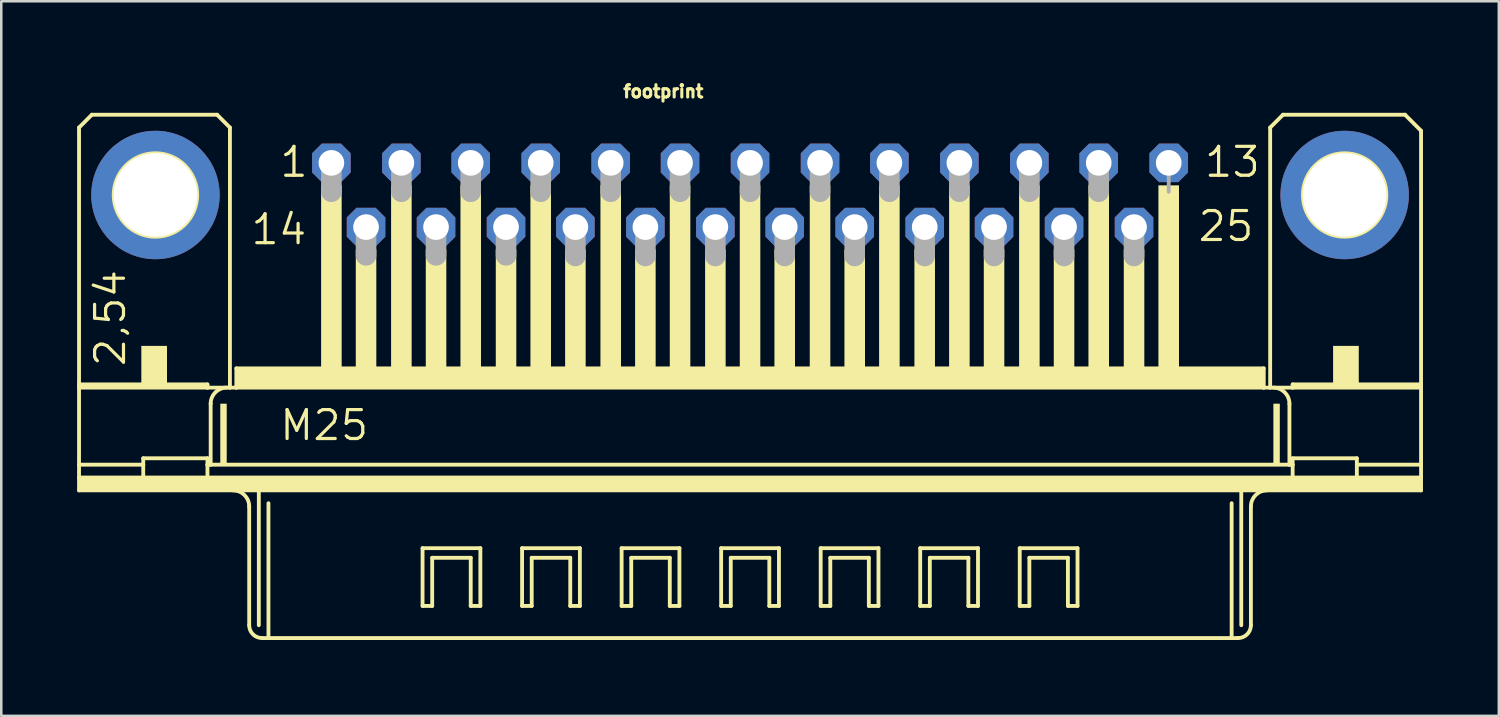
<source format=kicad_pcb>
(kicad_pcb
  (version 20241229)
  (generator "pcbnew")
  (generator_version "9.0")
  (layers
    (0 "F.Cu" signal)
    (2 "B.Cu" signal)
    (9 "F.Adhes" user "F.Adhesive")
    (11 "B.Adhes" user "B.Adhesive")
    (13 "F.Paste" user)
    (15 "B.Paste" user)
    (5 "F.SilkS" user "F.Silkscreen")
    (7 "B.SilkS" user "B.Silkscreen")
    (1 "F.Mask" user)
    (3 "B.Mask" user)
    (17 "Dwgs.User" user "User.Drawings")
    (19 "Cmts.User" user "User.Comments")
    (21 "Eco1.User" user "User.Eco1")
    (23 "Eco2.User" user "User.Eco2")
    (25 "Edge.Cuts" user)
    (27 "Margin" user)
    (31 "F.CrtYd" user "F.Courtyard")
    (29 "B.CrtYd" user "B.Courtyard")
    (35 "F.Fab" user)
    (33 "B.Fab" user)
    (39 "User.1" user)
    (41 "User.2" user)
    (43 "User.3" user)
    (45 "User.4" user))
  (footprint "footprint"
    (layer "F.Cu")
    (at 26.619 4.663)
    (property "Reference" "footprint" (at -5.08 -3.81 0) (layer "F.SilkS") (effects (font (size 0.488 0.488) (thickness 0.122)) (justify left bottom)))
    (fp_line (start -26.543 -2.667) (end -26.543 7.493) (stroke (width 0.152) (type solid)) (layer "F.SilkS"))
    (fp_line (start -26.543 7.62) (end -26.543 7.493) (stroke (width 0.152) (type solid)) (layer "F.SilkS"))
    (fp_line (start -26.543 10.668) (end -26.543 7.62) (stroke (width 0.152) (type solid)) (layer "F.SilkS"))
    (fp_line (start -26.543 11.176) (end -26.543 10.668) (stroke (width 0.152) (type solid)) (layer "F.SilkS"))
    (fp_line (start -26.543 11.684) (end -26.543 11.176) (stroke (width 0.152) (type solid)) (layer "F.SilkS"))
    (fp_line (start -26.035 -3.175) (end -26.543 -2.667) (stroke (width 0.152) (type solid)) (layer "F.SilkS"))
    (fp_line (start -24.003 10.668) (end -26.543 10.668) (stroke (width 0.152) (type solid)) (layer "F.SilkS"))
    (fp_line (start -24.003 10.668) (end -24.003 10.414) (stroke (width 0.152) (type solid)) (layer "F.SilkS"))
    (fp_line (start -24.003 10.668) (end -24.003 11.176) (stroke (width 0.152) (type solid)) (layer "F.SilkS"))
    (fp_line (start -24.003 11.176) (end -26.543 11.176) (stroke (width 0.152) (type solid)) (layer "F.SilkS"))
    (fp_line (start -21.463 7.493) (end -26.543 7.493) (stroke (width 0.152) (type solid)) (layer "F.SilkS"))
    (fp_line (start -21.463 7.493) (end -21.463 7.62) (stroke (width 0.152) (type solid)) (layer "F.SilkS"))
    (fp_line (start -21.463 7.62) (end -26.543 7.62) (stroke (width 0.152) (type solid)) (layer "F.SilkS"))
    (fp_line (start -21.463 10.414) (end -24.003 10.414) (stroke (width 0.152) (type solid)) (layer "F.SilkS"))
    (fp_line (start -21.463 10.414) (end -21.463 10.668) (stroke (width 0.152) (type solid)) (layer "F.SilkS"))
    (fp_line (start -21.463 10.668) (end -21.463 11.176) (stroke (width 0.152) (type solid)) (layer "F.SilkS"))
    (fp_line (start -21.463 11.176) (end -24.003 11.176) (stroke (width 0.152) (type solid)) (layer "F.SilkS"))
    (fp_line (start -21.336 8.255) (end -21.336 10.668) (stroke (width 0.152) (type solid)) (layer "F.SilkS"))
    (fp_line (start -21.336 10.668) (end -21.463 10.668) (stroke (width 0.152) (type solid)) (layer "F.SilkS"))
    (fp_line (start -21.082 -3.175) (end -26.035 -3.175) (stroke (width 0.152) (type solid)) (layer "F.SilkS"))
    (fp_line (start -20.574 -2.667) (end -21.082 -3.175) (stroke (width 0.152) (type solid)) (layer "F.SilkS"))
    (fp_line (start -20.574 -2.667) (end -20.574 7.62) (stroke (width 0.152) (type solid)) (layer "F.SilkS"))
    (fp_line (start -20.574 7.62) (end -21.463 7.62) (stroke (width 0.152) (type solid)) (layer "F.SilkS"))
    (fp_line (start -20.32 7.62) (end -20.574 7.62) (stroke (width 0.152) (type solid)) (layer "F.SilkS"))
    (fp_line (start -20.32 7.62) (end -20.32 6.858) (stroke (width 0.152) (type solid)) (layer "F.SilkS"))
    (fp_line (start -19.812 12.319) (end -19.812 17.018) (stroke (width 0.152) (type solid)) (layer "F.SilkS"))
    (fp_line (start -19.431 11.684) (end -26.543 11.684) (stroke (width 0.152) (type solid)) (layer "F.SilkS"))
    (fp_line (start -19.431 11.684) (end -19.431 17.018) (stroke (width 0.152) (type solid)) (layer "F.SilkS"))
    (fp_line (start -19.05 12.192) (end -19.05 17.526) (stroke (width 0.152) (type solid)) (layer "F.SilkS"))
    (fp_line (start -19.05 17.526) (end -19.304 17.526) (stroke (width 0.152) (type solid)) (layer "F.SilkS"))
    (fp_line (start -12.954 13.97) (end -10.668 13.97) (stroke (width 0.152) (type solid)) (layer "F.SilkS"))
    (fp_line (start -12.954 16.256) (end -12.954 13.97) (stroke (width 0.152) (type solid)) (layer "F.SilkS"))
    (fp_line (start -12.573 14.351) (end -12.573 16.256) (stroke (width 0.152) (type solid)) (layer "F.SilkS"))
    (fp_line (start -12.573 16.256) (end -12.954 16.256) (stroke (width 0.152) (type solid)) (layer "F.SilkS"))
    (fp_line (start -11.049 14.351) (end -12.573 14.351) (stroke (width 0.152) (type solid)) (layer "F.SilkS"))
    (fp_line (start -11.049 16.256) (end -11.049 14.351) (stroke (width 0.152) (type solid)) (layer "F.SilkS"))
    (fp_line (start -10.668 13.97) (end -10.668 16.256) (stroke (width 0.152) (type solid)) (layer "F.SilkS"))
    (fp_line (start -10.668 16.256) (end -11.049 16.256) (stroke (width 0.152) (type solid)) (layer "F.SilkS"))
    (fp_line (start -9.017 13.97) (end -6.731 13.97) (stroke (width 0.152) (type solid)) (layer "F.SilkS"))
    (fp_line (start -9.017 16.256) (end -9.017 13.97) (stroke (width 0.152) (type solid)) (layer "F.SilkS"))
    (fp_line (start -8.636 14.351) (end -8.636 16.256) (stroke (width 0.152) (type solid)) (layer "F.SilkS"))
    (fp_line (start -8.636 16.256) (end -9.017 16.256) (stroke (width 0.152) (type solid)) (layer "F.SilkS"))
    (fp_line (start -7.112 14.351) (end -8.636 14.351) (stroke (width 0.152) (type solid)) (layer "F.SilkS"))
    (fp_line (start -7.112 16.256) (end -7.112 14.351) (stroke (width 0.152) (type solid)) (layer "F.SilkS"))
    (fp_line (start -6.731 13.97) (end -6.731 16.256) (stroke (width 0.152) (type solid)) (layer "F.SilkS"))
    (fp_line (start -6.731 16.256) (end -7.112 16.256) (stroke (width 0.152) (type solid)) (layer "F.SilkS"))
    (fp_line (start -5.08 13.97) (end -2.794 13.97) (stroke (width 0.152) (type solid)) (layer "F.SilkS"))
    (fp_line (start -5.08 16.256) (end -5.08 13.97) (stroke (width 0.152) (type solid)) (layer "F.SilkS"))
    (fp_line (start -4.699 14.351) (end -4.699 16.256) (stroke (width 0.152) (type solid)) (layer "F.SilkS"))
    (fp_line (start -4.699 16.256) (end -5.08 16.256) (stroke (width 0.152) (type solid)) (layer "F.SilkS"))
    (fp_line (start -3.175 14.351) (end -4.699 14.351) (stroke (width 0.152) (type solid)) (layer "F.SilkS"))
    (fp_line (start -3.175 16.256) (end -3.175 14.351) (stroke (width 0.152) (type solid)) (layer "F.SilkS"))
    (fp_line (start -2.794 13.97) (end -2.794 16.256) (stroke (width 0.152) (type solid)) (layer "F.SilkS"))
    (fp_line (start -2.794 16.256) (end -3.175 16.256) (stroke (width 0.152) (type solid)) (layer "F.SilkS"))
    (fp_line (start -1.143 13.97) (end 1.143 13.97) (stroke (width 0.152) (type solid)) (layer "F.SilkS"))
    (fp_line (start -1.143 16.256) (end -1.143 13.97) (stroke (width 0.152) (type solid)) (layer "F.SilkS"))
    (fp_line (start -0.762 14.351) (end -0.762 16.256) (stroke (width 0.152) (type solid)) (layer "F.SilkS"))
    (fp_line (start -0.762 16.256) (end -1.143 16.256) (stroke (width 0.152) (type solid)) (layer "F.SilkS"))
    (fp_line (start 0.762 14.351) (end -0.762 14.351) (stroke (width 0.152) (type solid)) (layer "F.SilkS"))
    (fp_line (start 0.762 16.256) (end 0.762 14.351) (stroke (width 0.152) (type solid)) (layer "F.SilkS"))
    (fp_line (start 1.143 13.97) (end 1.143 16.256) (stroke (width 0.152) (type solid)) (layer "F.SilkS"))
    (fp_line (start 1.143 16.256) (end 0.762 16.256) (stroke (width 0.152) (type solid)) (layer "F.SilkS"))
    (fp_line (start 2.794 13.97) (end 5.08 13.97) (stroke (width 0.152) (type solid)) (layer "F.SilkS"))
    (fp_line (start 2.794 16.256) (end 2.794 13.97) (stroke (width 0.152) (type solid)) (layer "F.SilkS"))
    (fp_line (start 3.175 14.351) (end 3.175 16.256) (stroke (width 0.152) (type solid)) (layer "F.SilkS"))
    (fp_line (start 3.175 16.256) (end 2.794 16.256) (stroke (width 0.152) (type solid)) (layer "F.SilkS"))
    (fp_line (start 4.699 14.351) (end 3.175 14.351) (stroke (width 0.152) (type solid)) (layer "F.SilkS"))
    (fp_line (start 4.699 16.256) (end 4.699 14.351) (stroke (width 0.152) (type solid)) (layer "F.SilkS"))
    (fp_line (start 5.08 13.97) (end 5.08 16.256) (stroke (width 0.152) (type solid)) (layer "F.SilkS"))
    (fp_line (start 5.08 16.256) (end 4.699 16.256) (stroke (width 0.152) (type solid)) (layer "F.SilkS"))
    (fp_line (start 6.731 13.97) (end 9.017 13.97) (stroke (width 0.152) (type solid)) (layer "F.SilkS"))
    (fp_line (start 6.731 16.256) (end 6.731 13.97) (stroke (width 0.152) (type solid)) (layer "F.SilkS"))
    (fp_line (start 7.112 14.351) (end 7.112 16.256) (stroke (width 0.152) (type solid)) (layer "F.SilkS"))
    (fp_line (start 7.112 16.256) (end 6.731 16.256) (stroke (width 0.152) (type solid)) (layer "F.SilkS"))
    (fp_line (start 8.636 14.351) (end 7.112 14.351) (stroke (width 0.152) (type solid)) (layer "F.SilkS"))
    (fp_line (start 8.636 16.256) (end 8.636 14.351) (stroke (width 0.152) (type solid)) (layer "F.SilkS"))
    (fp_line (start 9.017 13.97) (end 9.017 16.256) (stroke (width 0.152) (type solid)) (layer "F.SilkS"))
    (fp_line (start 9.017 16.256) (end 8.636 16.256) (stroke (width 0.152) (type solid)) (layer "F.SilkS"))
    (fp_line (start 10.668 13.97) (end 12.954 13.97) (stroke (width 0.152) (type solid)) (layer "F.SilkS"))
    (fp_line (start 10.668 16.256) (end 10.668 13.97) (stroke (width 0.152) (type solid)) (layer "F.SilkS"))
    (fp_line (start 11.049 14.351) (end 11.049 16.256) (stroke (width 0.152) (type solid)) (layer "F.SilkS"))
    (fp_line (start 11.049 16.256) (end 10.668 16.256) (stroke (width 0.152) (type solid)) (layer "F.SilkS"))
    (fp_line (start 12.573 14.351) (end 11.049 14.351) (stroke (width 0.152) (type solid)) (layer "F.SilkS"))
    (fp_line (start 12.573 16.256) (end 12.573 14.351) (stroke (width 0.152) (type solid)) (layer "F.SilkS"))
    (fp_line (start 12.954 13.97) (end 12.954 16.256) (stroke (width 0.152) (type solid)) (layer "F.SilkS"))
    (fp_line (start 12.954 16.256) (end 12.573 16.256) (stroke (width 0.152) (type solid)) (layer "F.SilkS"))
    (fp_line (start 19.05 12.192) (end 19.05 17.526) (stroke (width 0.152) (type solid)) (layer "F.SilkS"))
    (fp_line (start 19.05 17.526) (end -19.05 17.526) (stroke (width 0.152) (type solid)) (layer "F.SilkS"))
    (fp_line (start 19.304 17.526) (end 19.05 17.526) (stroke (width 0.152) (type solid)) (layer "F.SilkS"))
    (fp_line (start 19.431 11.684) (end -19.431 11.684) (stroke (width 0.152) (type solid)) (layer "F.SilkS"))
    (fp_line (start 19.431 11.684) (end 19.431 17.018) (stroke (width 0.152) (type solid)) (layer "F.SilkS"))
    (fp_line (start 19.812 12.319) (end 19.812 17.018) (stroke (width 0.152) (type solid)) (layer "F.SilkS"))
    (fp_line (start 20.32 6.858) (end -20.32 6.858) (stroke (width 0.152) (type solid)) (layer "F.SilkS"))
    (fp_line (start 20.32 7.62) (end -20.32 7.62) (stroke (width 0.152) (type solid)) (layer "F.SilkS"))
    (fp_line (start 20.32 7.62) (end 20.32 6.858) (stroke (width 0.152) (type solid)) (layer "F.SilkS"))
    (fp_line (start 20.574 -2.667) (end 20.574 7.62) (stroke (width 0.152) (type solid)) (layer "F.SilkS"))
    (fp_line (start 20.574 7.62) (end 20.32 7.62) (stroke (width 0.152) (type solid)) (layer "F.SilkS"))
    (fp_line (start 21.082 -3.175) (end 20.574 -2.667) (stroke (width 0.152) (type solid)) (layer "F.SilkS"))
    (fp_line (start 21.082 -3.175) (end 25.908 -3.175) (stroke (width 0.152) (type solid)) (layer "F.SilkS"))
    (fp_line (start 21.336 8.255) (end 21.336 10.668) (stroke (width 0.152) (type solid)) (layer "F.SilkS"))
    (fp_line (start 21.336 10.668) (end -21.336 10.668) (stroke (width 0.152) (type solid)) (layer "F.SilkS"))
    (fp_line (start 21.463 7.493) (end 21.463 7.62) (stroke (width 0.152) (type solid)) (layer "F.SilkS"))
    (fp_line (start 21.463 7.62) (end 20.574 7.62) (stroke (width 0.152) (type solid)) (layer "F.SilkS"))
    (fp_line (start 21.463 10.414) (end 21.463 10.668) (stroke (width 0.152) (type solid)) (layer "F.SilkS"))
    (fp_line (start 21.463 10.668) (end 21.336 10.668) (stroke (width 0.152) (type solid)) (layer "F.SilkS"))
    (fp_line (start 21.463 10.668) (end 21.463 11.176) (stroke (width 0.152) (type solid)) (layer "F.SilkS"))
    (fp_line (start 21.463 11.176) (end -21.463 11.176) (stroke (width 0.152) (type solid)) (layer "F.SilkS"))
    (fp_line (start 24.003 10.414) (end 21.463 10.414) (stroke (width 0.152) (type solid)) (layer "F.SilkS"))
    (fp_line (start 24.003 10.668) (end 24.003 10.414) (stroke (width 0.152) (type solid)) (layer "F.SilkS"))
    (fp_line (start 24.003 10.668) (end 24.003 11.176) (stroke (width 0.152) (type solid)) (layer "F.SilkS"))
    (fp_line (start 24.003 11.176) (end 21.463 11.176) (stroke (width 0.152) (type solid)) (layer "F.SilkS"))
    (fp_line (start 25.908 -3.175) (end 26.543 -2.54) (stroke (width 0.152) (type solid)) (layer "F.SilkS"))
    (fp_line (start 26.543 -2.54) (end 26.543 7.493) (stroke (width 0.152) (type solid)) (layer "F.SilkS"))
    (fp_line (start 26.543 7.493) (end 21.463 7.493) (stroke (width 0.152) (type solid)) (layer "F.SilkS"))
    (fp_line (start 26.543 7.62) (end 21.463 7.62) (stroke (width 0.152) (type solid)) (layer "F.SilkS"))
    (fp_line (start 26.543 7.62) (end 26.543 7.493) (stroke (width 0.152) (type solid)) (layer "F.SilkS"))
    (fp_line (start 26.543 7.62) (end 26.543 10.668) (stroke (width 0.152) (type solid)) (layer "F.SilkS"))
    (fp_line (start 26.543 10.668) (end 24.003 10.668) (stroke (width 0.152) (type solid)) (layer "F.SilkS"))
    (fp_line (start 26.543 10.668) (end 26.543 11.176) (stroke (width 0.152) (type solid)) (layer "F.SilkS"))
    (fp_line (start 26.543 11.176) (end 24.003 11.176) (stroke (width 0.152) (type solid)) (layer "F.SilkS"))
    (fp_line (start 26.543 11.176) (end 26.543 11.684) (stroke (width 0.152) (type solid)) (layer "F.SilkS"))
    (fp_line (start 26.543 11.684) (end 19.431 11.684) (stroke (width 0.152) (type solid)) (layer "F.SilkS"))
    (fp_arc (start -21.336 8.255) (mid -21.150013 7.805987) (end -20.701 7.62) (stroke (width 0.1524) (type solid)) (layer "F.SilkS"))
    (fp_arc (start -20.447 11.684) (mid -19.997987 11.869987) (end -19.812 12.319) (stroke (width 0.1524) (type solid)) (layer "F.SilkS"))
    (fp_arc (start -19.304 17.526) (mid -19.66321 17.37721) (end -19.812 17.018) (stroke (width 0.1524) (type solid)) (layer "F.SilkS"))
    (fp_arc (start 19.812 12.319) (mid 19.997987 11.869987) (end 20.447 11.684) (stroke (width 0.1524) (type solid)) (layer "F.SilkS"))
    (fp_arc (start 19.812 17.018) (mid 19.66321 17.37721) (end 19.304 17.526) (stroke (width 0.1524) (type solid)) (layer "F.SilkS"))
    (fp_arc (start 20.701 7.62) (mid 21.150013 7.805987) (end 21.336 8.255) (stroke (width 0.1524) (type solid)) (layer "F.SilkS"))
    (fp_circle (center -23.52 0) (end -21.869 0) (stroke (width 0.152) (type solid)) (fill no) (layer "F.SilkS"))
    (fp_circle (center 23.52 0) (end 25.171 0) (stroke (width 0.152) (type solid)) (fill no) (layer "F.SilkS"))
    (fp_poly (pts (xy -26.543 11.684) (xy 26.543 11.684) (xy 26.543 11.176) (xy -26.543 11.176)) (stroke (width 0) (type solid)) (fill yes) (layer "F.SilkS"))
    (fp_poly (pts (xy -24.079 7.62) (xy -23.063 7.62) (xy -23.063 5.969) (xy -24.079 5.969)) (stroke (width 0) (type solid)) (fill yes) (layer "F.SilkS"))
    (fp_poly (pts (xy -20.955 10.668) (xy -20.701 10.668) (xy -20.701 8.255) (xy -20.955 8.255)) (stroke (width 0) (type solid)) (fill yes) (layer "F.SilkS"))
    (fp_poly (pts (xy -20.32 7.62) (xy 20.32 7.62) (xy 20.32 6.858) (xy -20.32 6.858)) (stroke (width 0) (type solid)) (fill yes) (layer "F.SilkS"))
    (fp_poly (pts (xy -16.967 6.858) (xy -16.154 6.858) (xy -16.154 -0.381) (xy -16.967 -0.381)) (stroke (width 0) (type solid)) (fill yes) (layer "F.SilkS"))
    (fp_poly (pts (xy -15.596 6.858) (xy -14.783 6.858) (xy -14.783 2.159) (xy -15.596 2.159)) (stroke (width 0) (type solid)) (fill yes) (layer "F.SilkS"))
    (fp_poly (pts (xy -14.199 6.858) (xy -13.386 6.858) (xy -13.386 -0.381) (xy -14.199 -0.381)) (stroke (width 0) (type solid)) (fill yes) (layer "F.SilkS"))
    (fp_poly (pts (xy -12.827 6.858) (xy -12.014 6.858) (xy -12.014 2.159) (xy -12.827 2.159)) (stroke (width 0) (type solid)) (fill yes) (layer "F.SilkS"))
    (fp_poly (pts (xy -11.455 6.858) (xy -10.643 6.858) (xy -10.643 -0.381) (xy -11.455 -0.381)) (stroke (width 0) (type solid)) (fill yes) (layer "F.SilkS"))
    (fp_poly (pts (xy -10.058 6.858) (xy -9.246 6.858) (xy -9.246 2.159) (xy -10.058 2.159)) (stroke (width 0) (type solid)) (fill yes) (layer "F.SilkS"))
    (fp_poly (pts (xy -8.687 6.858) (xy -7.874 6.858) (xy -7.874 -0.381) (xy -8.687 -0.381)) (stroke (width 0) (type solid)) (fill yes) (layer "F.SilkS"))
    (fp_poly (pts (xy -7.315 6.858) (xy -6.502 6.858) (xy -6.502 2.159) (xy -7.315 2.159)) (stroke (width 0) (type solid)) (fill yes) (layer "F.SilkS"))
    (fp_poly (pts (xy -5.918 6.858) (xy -5.105 6.858) (xy -5.105 -0.381) (xy -5.918 -0.381)) (stroke (width 0) (type solid)) (fill yes) (layer "F.SilkS"))
    (fp_poly (pts (xy -4.547 6.858) (xy -3.734 6.858) (xy -3.734 2.159) (xy -4.547 2.159)) (stroke (width 0) (type solid)) (fill yes) (layer "F.SilkS"))
    (fp_poly (pts (xy -3.175 6.858) (xy -2.362 6.858) (xy -2.362 -0.381) (xy -3.175 -0.381)) (stroke (width 0) (type solid)) (fill yes) (layer "F.SilkS"))
    (fp_poly (pts (xy -1.778 6.858) (xy -0.965 6.858) (xy -0.965 2.159) (xy -1.778 2.159)) (stroke (width 0) (type solid)) (fill yes) (layer "F.SilkS"))
    (fp_poly (pts (xy -0.406 6.858) (xy 0.406 6.858) (xy 0.406 -0.381) (xy -0.406 -0.381)) (stroke (width 0) (type solid)) (fill yes) (layer "F.SilkS"))
    (fp_poly (pts (xy 0.965 6.858) (xy 1.778 6.858) (xy 1.778 2.159) (xy 0.965 2.159)) (stroke (width 0) (type solid)) (fill yes) (layer "F.SilkS"))
    (fp_poly (pts (xy 2.362 6.858) (xy 3.175 6.858) (xy 3.175 -0.381) (xy 2.362 -0.381)) (stroke (width 0) (type solid)) (fill yes) (layer "F.SilkS"))
    (fp_poly (pts (xy 3.734 6.858) (xy 4.547 6.858) (xy 4.547 2.159) (xy 3.734 2.159)) (stroke (width 0) (type solid)) (fill yes) (layer "F.SilkS"))
    (fp_poly (pts (xy 5.105 6.858) (xy 5.918 6.858) (xy 5.918 -0.381) (xy 5.105 -0.381)) (stroke (width 0) (type solid)) (fill yes) (layer "F.SilkS"))
    (fp_poly (pts (xy 6.502 6.858) (xy 7.315 6.858) (xy 7.315 2.159) (xy 6.502 2.159)) (stroke (width 0) (type solid)) (fill yes) (layer "F.SilkS"))
    (fp_poly (pts (xy 7.874 6.858) (xy 8.687 6.858) (xy 8.687 -0.381) (xy 7.874 -0.381)) (stroke (width 0) (type solid)) (fill yes) (layer "F.SilkS"))
    (fp_poly (pts (xy 9.246 6.858) (xy 10.058 6.858) (xy 10.058 2.159) (xy 9.246 2.159)) (stroke (width 0) (type solid)) (fill yes) (layer "F.SilkS"))
    (fp_poly (pts (xy 10.643 6.858) (xy 11.455 6.858) (xy 11.455 -0.381) (xy 10.643 -0.381)) (stroke (width 0) (type solid)) (fill yes) (layer "F.SilkS"))
    (fp_poly (pts (xy 12.014 6.858) (xy 12.827 6.858) (xy 12.827 2.159) (xy 12.014 2.159)) (stroke (width 0) (type solid)) (fill yes) (layer "F.SilkS"))
    (fp_poly (pts (xy 13.386 6.858) (xy 14.199 6.858) (xy 14.199 -0.381) (xy 13.386 -0.381)) (stroke (width 0) (type solid)) (fill yes) (layer "F.SilkS"))
    (fp_poly (pts (xy 14.783 6.858) (xy 15.596 6.858) (xy 15.596 2.159) (xy 14.783 2.159)) (stroke (width 0) (type solid)) (fill yes) (layer "F.SilkS"))
    (fp_poly (pts (xy 16.154 6.858) (xy 16.967 6.858) (xy 16.967 -0.381) (xy 16.154 -0.381)) (stroke (width 0) (type solid)) (fill yes) (layer "F.SilkS"))
    (fp_poly (pts (xy 20.701 10.668) (xy 20.955 10.668) (xy 20.955 8.255) (xy 20.701 8.255)) (stroke (width 0) (type solid)) (fill yes) (layer "F.SilkS"))
    (fp_poly (pts (xy 23.063 7.62) (xy 24.079 7.62) (xy 24.079 5.969) (xy 23.063 5.969)) (stroke (width 0) (type solid)) (fill yes) (layer "F.SilkS"))
    (fp_line (start -16.561 -1.143) (end -16.561 -0.127) (stroke (width 0.813) (type solid)) (layer "F.Fab"))
    (fp_line (start -15.189 1.372) (end -15.189 2.388) (stroke (width 0.813) (type solid)) (layer "F.Fab"))
    (fp_line (start -13.792 -1.143) (end -13.792 -0.127) (stroke (width 0.813) (type solid)) (layer "F.Fab"))
    (fp_line (start -12.421 1.372) (end -12.421 2.388) (stroke (width 0.813) (type solid)) (layer "F.Fab"))
    (fp_line (start -11.049 -1.143) (end -11.049 -0.127) (stroke (width 0.813) (type solid)) (layer "F.Fab"))
    (fp_line (start -9.652 1.372) (end -9.652 2.388) (stroke (width 0.813) (type solid)) (layer "F.Fab"))
    (fp_line (start -8.28 -1.143) (end -8.28 -0.127) (stroke (width 0.813) (type solid)) (layer "F.Fab"))
    (fp_line (start -6.909 1.397) (end -6.909 2.413) (stroke (width 0.813) (type solid)) (layer "F.Fab"))
    (fp_line (start -5.512 -1.143) (end -5.512 -0.127) (stroke (width 0.813) (type solid)) (layer "F.Fab"))
    (fp_line (start -4.14 1.397) (end -4.14 2.413) (stroke (width 0.813) (type solid)) (layer "F.Fab"))
    (fp_line (start -2.769 -1.143) (end -2.769 -0.127) (stroke (width 0.813) (type solid)) (layer "F.Fab"))
    (fp_line (start -1.372 1.397) (end -1.372 2.413) (stroke (width 0.813) (type solid)) (layer "F.Fab"))
    (fp_line (start 0 -1.143) (end 0 -0.127) (stroke (width 0.813) (type solid)) (layer "F.Fab"))
    (fp_line (start 1.372 1.397) (end 1.372 2.413) (stroke (width 0.813) (type solid)) (layer "F.Fab"))
    (fp_line (start 2.769 -1.143) (end 2.769 -0.127) (stroke (width 0.813) (type solid)) (layer "F.Fab"))
    (fp_line (start 4.14 1.397) (end 4.14 2.413) (stroke (width 0.813) (type solid)) (layer "F.Fab"))
    (fp_line (start 5.512 -1.143) (end 5.512 -0.127) (stroke (width 0.813) (type solid)) (layer "F.Fab"))
    (fp_line (start 6.909 1.397) (end 6.909 2.413) (stroke (width 0.813) (type solid)) (layer "F.Fab"))
    (fp_line (start 8.28 -1.143) (end 8.28 -0.127) (stroke (width 0.813) (type solid)) (layer "F.Fab"))
    (fp_line (start 9.652 1.397) (end 9.652 2.413) (stroke (width 0.813) (type solid)) (layer "F.Fab"))
    (fp_line (start 11.049 -1.143) (end 11.049 -0.127) (stroke (width 0.813) (type solid)) (layer "F.Fab"))
    (fp_line (start 12.421 1.397) (end 12.421 2.413) (stroke (width 0.813) (type solid)) (layer "F.Fab"))
    (fp_line (start 13.792 -1.143) (end 13.792 -0.127) (stroke (width 0.813) (type solid)) (layer "F.Fab"))
    (fp_line (start 15.189 1.397) (end 15.189 2.413) (stroke (width 0.813) (type solid)) (layer "F.Fab"))
    (fp_line (start 16.561 -1.143) (end 16.561 -0.127) (stroke (width 0.152) (type solid)) (layer "F.Fab"))
    (fp_text user "14" (at -19.812 2.032 0) (layer "F.SilkS") (effects (font (size 1.143 1.143) (thickness 0.127)) (justify left bottom)))
    (fp_text user "25" (at 17.653 1.905 0) (layer "F.SilkS") (effects (font (size 1.143 1.143) (thickness 0.127)) (justify left bottom)))
    (fp_text user "13" (at 17.907 -0.635 0) (layer "F.SilkS") (effects (font (size 1.143 1.143) (thickness 0.127)) (justify left bottom)))
    (fp_text user "M25" (at -18.669 9.779 0) (layer "F.SilkS") (effects (font (size 1.143 1.143) (thickness 0.127)) (justify left bottom)))
    (fp_text user "2,54" (at -24.638 6.858 90) (layer "F.SilkS") (effects (font (size 1.143 1.143) (thickness 0.127)) (justify left bottom)))
    (fp_text user "1" (at -18.669 -0.635 0) (layer "F.SilkS") (effects (font (size 1.143 1.143) (thickness 0.127)) (justify left bottom)))
    (pad "1" thru_hole roundrect (at -16.561 -1.27) (size 1.524 1.524) (drill 1.016) (layers "*.Cu" "*.Mask") (roundrect_rratio 0.25) (chamfer_ratio 0.25) (chamfer top_left top_right bottom_left bottom_right))
    (pad "2" thru_hole roundrect (at -13.792 -1.27) (size 1.524 1.524) (drill 1.016) (layers "*.Cu" "*.Mask") (roundrect_rratio 0.25) (chamfer_ratio 0.25) (chamfer top_left top_right bottom_left bottom_right))
    (pad "3" thru_hole roundrect (at -11.049 -1.27) (size 1.524 1.524) (drill 1.016) (layers "*.Cu" "*.Mask") (roundrect_rratio 0.25) (chamfer_ratio 0.25) (chamfer top_left top_right bottom_left bottom_right))
    (pad "4" thru_hole roundrect (at -8.28 -1.27) (size 1.524 1.524) (drill 1.016) (layers "*.Cu" "*.Mask") (roundrect_rratio 0.25) (chamfer_ratio 0.25) (chamfer top_left top_right bottom_left bottom_right))
    (pad "5" thru_hole roundrect (at -5.512 -1.27) (size 1.524 1.524) (drill 1.016) (layers "*.Cu" "*.Mask") (roundrect_rratio 0.25) (chamfer_ratio 0.25) (chamfer top_left top_right bottom_left bottom_right))
    (pad "6" thru_hole roundrect (at -2.769 -1.27) (size 1.524 1.524) (drill 1.016) (layers "*.Cu" "*.Mask") (roundrect_rratio 0.25) (chamfer_ratio 0.25) (chamfer top_left top_right bottom_left bottom_right))
    (pad "7" thru_hole roundrect (at 0 -1.27) (size 1.524 1.524) (drill 1.016) (layers "*.Cu" "*.Mask") (roundrect_rratio 0.25) (chamfer_ratio 0.25) (chamfer top_left top_right bottom_left bottom_right))
    (pad "8" thru_hole roundrect (at 2.769 -1.27) (size 1.524 1.524) (drill 1.016) (layers "*.Cu" "*.Mask") (roundrect_rratio 0.25) (chamfer_ratio 0.25) (chamfer top_left top_right bottom_left bottom_right))
    (pad "9" thru_hole roundrect (at 5.512 -1.27) (size 1.524 1.524) (drill 1.016) (layers "*.Cu" "*.Mask") (roundrect_rratio 0.25) (chamfer_ratio 0.25) (chamfer top_left top_right bottom_left bottom_right))
    (pad "10" thru_hole roundrect (at 8.28 -1.27) (size 1.524 1.524) (drill 1.016) (layers "*.Cu" "*.Mask") (roundrect_rratio 0.25) (chamfer_ratio 0.25) (chamfer top_left top_right bottom_left bottom_right))
    (pad "11" thru_hole roundrect (at 11.049 -1.27) (size 1.524 1.524) (drill 1.016) (layers "*.Cu" "*.Mask") (roundrect_rratio 0.25) (chamfer_ratio 0.25) (chamfer top_left top_right bottom_left bottom_right))
    (pad "12" thru_hole roundrect (at 13.792 -1.27) (size 1.524 1.524) (drill 1.016) (layers "*.Cu" "*.Mask") (roundrect_rratio 0.25) (chamfer_ratio 0.25) (chamfer top_left top_right bottom_left bottom_right))
    (pad "13" thru_hole roundrect (at 16.561 -1.27) (size 1.524 1.524) (drill 1.016) (layers "*.Cu" "*.Mask") (roundrect_rratio 0.25) (chamfer_ratio 0.25) (chamfer top_left top_right bottom_left bottom_right))
    (pad "14" thru_hole roundrect (at -15.189 1.27) (size 1.524 1.524) (drill 1.016) (layers "*.Cu" "*.Mask") (roundrect_rratio 0.25) (chamfer_ratio 0.25) (chamfer top_left top_right bottom_left bottom_right))
    (pad "15" thru_hole roundrect (at -12.421 1.27) (size 1.524 1.524) (drill 1.016) (layers "*.Cu" "*.Mask") (roundrect_rratio 0.25) (chamfer_ratio 0.25) (chamfer top_left top_right bottom_left bottom_right))
    (pad "16" thru_hole roundrect (at -9.652 1.27) (size 1.524 1.524) (drill 1.016) (layers "*.Cu" "*.Mask") (roundrect_rratio 0.25) (chamfer_ratio 0.25) (chamfer top_left top_right bottom_left bottom_right))
    (pad "17" thru_hole roundrect (at -6.909 1.27) (size 1.524 1.524) (drill 1.016) (layers "*.Cu" "*.Mask") (roundrect_rratio 0.25) (chamfer_ratio 0.25) (chamfer top_left top_right bottom_left bottom_right))
    (pad "18" thru_hole roundrect (at -4.14 1.27) (size 1.524 1.524) (drill 1.016) (layers "*.Cu" "*.Mask") (roundrect_rratio 0.25) (chamfer_ratio 0.25) (chamfer top_left top_right bottom_left bottom_right))
    (pad "19" thru_hole roundrect (at -1.372 1.27) (size 1.524 1.524) (drill 1.016) (layers "*.Cu" "*.Mask") (roundrect_rratio 0.25) (chamfer_ratio 0.25) (chamfer top_left top_right bottom_left bottom_right))
    (pad "20" thru_hole roundrect (at 1.372 1.27) (size 1.524 1.524) (drill 1.016) (layers "*.Cu" "*.Mask") (roundrect_rratio 0.25) (chamfer_ratio 0.25) (chamfer top_left top_right bottom_left bottom_right))
    (pad "21" thru_hole roundrect (at 4.14 1.27) (size 1.524 1.524) (drill 1.016) (layers "*.Cu" "*.Mask") (roundrect_rratio 0.25) (chamfer_ratio 0.25) (chamfer top_left top_right bottom_left bottom_right))
    (pad "22" thru_hole roundrect (at 6.909 1.27) (size 1.524 1.524) (drill 1.016) (layers "*.Cu" "*.Mask") (roundrect_rratio 0.25) (chamfer_ratio 0.25) (chamfer top_left top_right bottom_left bottom_right))
    (pad "23" thru_hole roundrect (at 9.652 1.27) (size 1.524 1.524) (drill 1.016) (layers "*.Cu" "*.Mask") (roundrect_rratio 0.25) (chamfer_ratio 0.25) (chamfer top_left top_right bottom_left bottom_right))
    (pad "24" thru_hole roundrect (at 12.421 1.27) (size 1.524 1.524) (drill 1.016) (layers "*.Cu" "*.Mask") (roundrect_rratio 0.25) (chamfer_ratio 0.25) (chamfer top_left top_right bottom_left bottom_right))
    (pad "25" thru_hole roundrect (at 15.189 1.27) (size 1.524 1.524) (drill 1.016) (layers "*.Cu" "*.Mask") (roundrect_rratio 0.25) (chamfer_ratio 0.25) (chamfer top_left top_right bottom_left bottom_right))
    (pad "G1" thru_hole circle (at -23.52 0) (size 5.08 5.08) (drill 3.302) (layers "*.Cu" "*.Mask"))
    (pad "G2" thru_hole circle (at 23.52 0) (size 5.08 5.08) (drill 3.302) (layers "*.Cu" "*.Mask")))
  (gr_rect
    (start -3 -3)
    (end 56.238 25.266)
    (stroke (width 0.1) (type default))
    (fill no)
    (layer "Edge.Cuts")))
</source>
